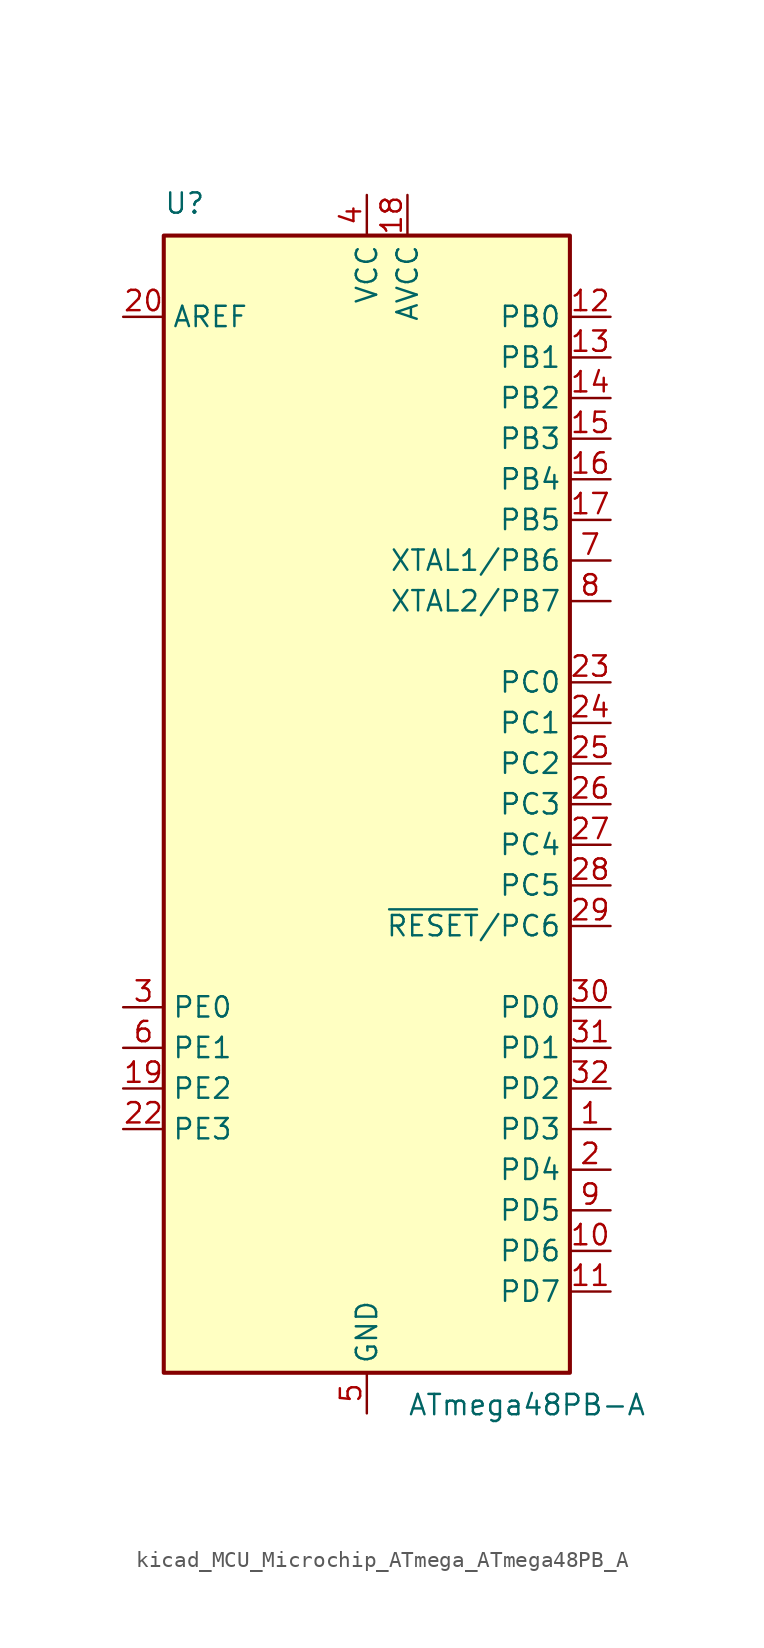
<source format=kicad_sym>
(kicad_symbol_lib
  (version 20220914)
  (generator kicad_symbol_editor)
  (symbol "kicad_MCU_Microchip_ATmega_ATmega48PB_A"
    (property "Reference" "U"
      (at -12.7 36.83 0)
      (effects (font (size 1.27 1.27)) (justify left bottom)))
    (property "Value" "ATmega48PB-A"
      (at 2.54 -36.83 0)
      (effects (font (size 1.27 1.27)) (justify left top)))
    (symbol "kicad_MCU_Microchip_ATmega_ATmega48PB_A_0_1"
      (rectangle (start -12.7 -35.56) (end 12.7 35.56) (stroke (width 0.254) (type default)) (fill (type background))))
    (symbol "kicad_MCU_Microchip_ATmega_ATmega48PB_A_1_1"
      (pin bidirectional line (at 15.24 -20.32 180) (length 2.54) (name "PD3" (effects (font (size 1.27 1.27)))) (number "1" (effects (font (size 1.27 1.27)))))
      (pin bidirectional line (at 15.24 -27.94 180) (length 2.54) (name "PD6" (effects (font (size 1.27 1.27)))) (number "10" (effects (font (size 1.27 1.27)))))
      (pin bidirectional line (at 15.24 -30.48 180) (length 2.54) (name "PD7" (effects (font (size 1.27 1.27)))) (number "11" (effects (font (size 1.27 1.27)))))
      (pin bidirectional line (at 15.24 30.48 180) (length 2.54) (name "PB0" (effects (font (size 1.27 1.27)))) (number "12" (effects (font (size 1.27 1.27)))))
      (pin bidirectional line (at 15.24 27.94 180) (length 2.54) (name "PB1" (effects (font (size 1.27 1.27)))) (number "13" (effects (font (size 1.27 1.27)))))
      (pin bidirectional line (at 15.24 25.4 180) (length 2.54) (name "PB2" (effects (font (size 1.27 1.27)))) (number "14" (effects (font (size 1.27 1.27)))))
      (pin bidirectional line (at 15.24 22.86 180) (length 2.54) (name "PB3" (effects (font (size 1.27 1.27)))) (number "15" (effects (font (size 1.27 1.27)))))
      (pin bidirectional line (at 15.24 20.32 180) (length 2.54) (name "PB4" (effects (font (size 1.27 1.27)))) (number "16" (effects (font (size 1.27 1.27)))))
      (pin bidirectional line (at 15.24 17.78 180) (length 2.54) (name "PB5" (effects (font (size 1.27 1.27)))) (number "17" (effects (font (size 1.27 1.27)))))
      (pin power_in line (at 2.54 38.1 270) (length 2.54) (name "AVCC" (effects (font (size 1.27 1.27)))) (number "18" (effects (font (size 1.27 1.27)))))
      (pin bidirectional line (at -15.24 -17.78 0) (length 2.54) (name "PE2" (effects (font (size 1.27 1.27)))) (number "19" (effects (font (size 1.27 1.27)))))
      (pin bidirectional line (at 15.24 -22.86 180) (length 2.54) (name "PD4" (effects (font (size 1.27 1.27)))) (number "2" (effects (font (size 1.27 1.27)))))
      (pin passive line (at -15.24 30.48 0) (length 2.54) (name "AREF" (effects (font (size 1.27 1.27)))) (number "20" (effects (font (size 1.27 1.27)))))
      (pin passive line (at 0 -38.1 90) (length 2.54) hide (name "GND" (effects (font (size 1.27 1.27)))) (number "21" (effects (font (size 1.27 1.27)))))
      (pin bidirectional line (at -15.24 -20.32 0) (length 2.54) (name "PE3" (effects (font (size 1.27 1.27)))) (number "22" (effects (font (size 1.27 1.27)))))
      (pin bidirectional line (at 15.24 7.62 180) (length 2.54) (name "PC0" (effects (font (size 1.27 1.27)))) (number "23" (effects (font (size 1.27 1.27)))))
      (pin bidirectional line (at 15.24 5.08 180) (length 2.54) (name "PC1" (effects (font (size 1.27 1.27)))) (number "24" (effects (font (size 1.27 1.27)))))
      (pin bidirectional line (at 15.24 2.54 180) (length 2.54) (name "PC2" (effects (font (size 1.27 1.27)))) (number "25" (effects (font (size 1.27 1.27)))))
      (pin bidirectional line (at 15.24 0 180) (length 2.54) (name "PC3" (effects (font (size 1.27 1.27)))) (number "26" (effects (font (size 1.27 1.27)))))
      (pin bidirectional line (at 15.24 -2.54 180) (length 2.54) (name "PC4" (effects (font (size 1.27 1.27)))) (number "27" (effects (font (size 1.27 1.27)))))
      (pin bidirectional line (at 15.24 -5.08 180) (length 2.54) (name "PC5" (effects (font (size 1.27 1.27)))) (number "28" (effects (font (size 1.27 1.27)))))
      (pin bidirectional line (at 15.24 -7.62 180) (length 2.54) (name "~{RESET}/PC6" (effects (font (size 1.27 1.27)))) (number "29" (effects (font (size 1.27 1.27)))))
      (pin bidirectional line (at -15.24 -12.7 0) (length 2.54) (name "PE0" (effects (font (size 1.27 1.27)))) (number "3" (effects (font (size 1.27 1.27)))))
      (pin bidirectional line (at 15.24 -12.7 180) (length 2.54) (name "PD0" (effects (font (size 1.27 1.27)))) (number "30" (effects (font (size 1.27 1.27)))))
      (pin bidirectional line (at 15.24 -15.24 180) (length 2.54) (name "PD1" (effects (font (size 1.27 1.27)))) (number "31" (effects (font (size 1.27 1.27)))))
      (pin bidirectional line (at 15.24 -17.78 180) (length 2.54) (name "PD2" (effects (font (size 1.27 1.27)))) (number "32" (effects (font (size 1.27 1.27)))))
      (pin power_in line (at 0 38.1 270) (length 2.54) (name "VCC" (effects (font (size 1.27 1.27)))) (number "4" (effects (font (size 1.27 1.27)))))
      (pin power_in line (at 0 -38.1 90) (length 2.54) (name "GND" (effects (font (size 1.27 1.27)))) (number "5" (effects (font (size 1.27 1.27)))))
      (pin bidirectional line (at -15.24 -15.24 0) (length 2.54) (name "PE1" (effects (font (size 1.27 1.27)))) (number "6" (effects (font (size 1.27 1.27)))))
      (pin bidirectional line (at 15.24 15.24 180) (length 2.54) (name "XTAL1/PB6" (effects (font (size 1.27 1.27)))) (number "7" (effects (font (size 1.27 1.27)))))
      (pin bidirectional line (at 15.24 12.7 180) (length 2.54) (name "XTAL2/PB7" (effects (font (size 1.27 1.27)))) (number "8" (effects (font (size 1.27 1.27)))))
      (pin bidirectional line (at 15.24 -25.4 180) (length 2.54) (name "PD5" (effects (font (size 1.27 1.27)))) (number "9" (effects (font (size 1.27 1.27))))))))
</source>
